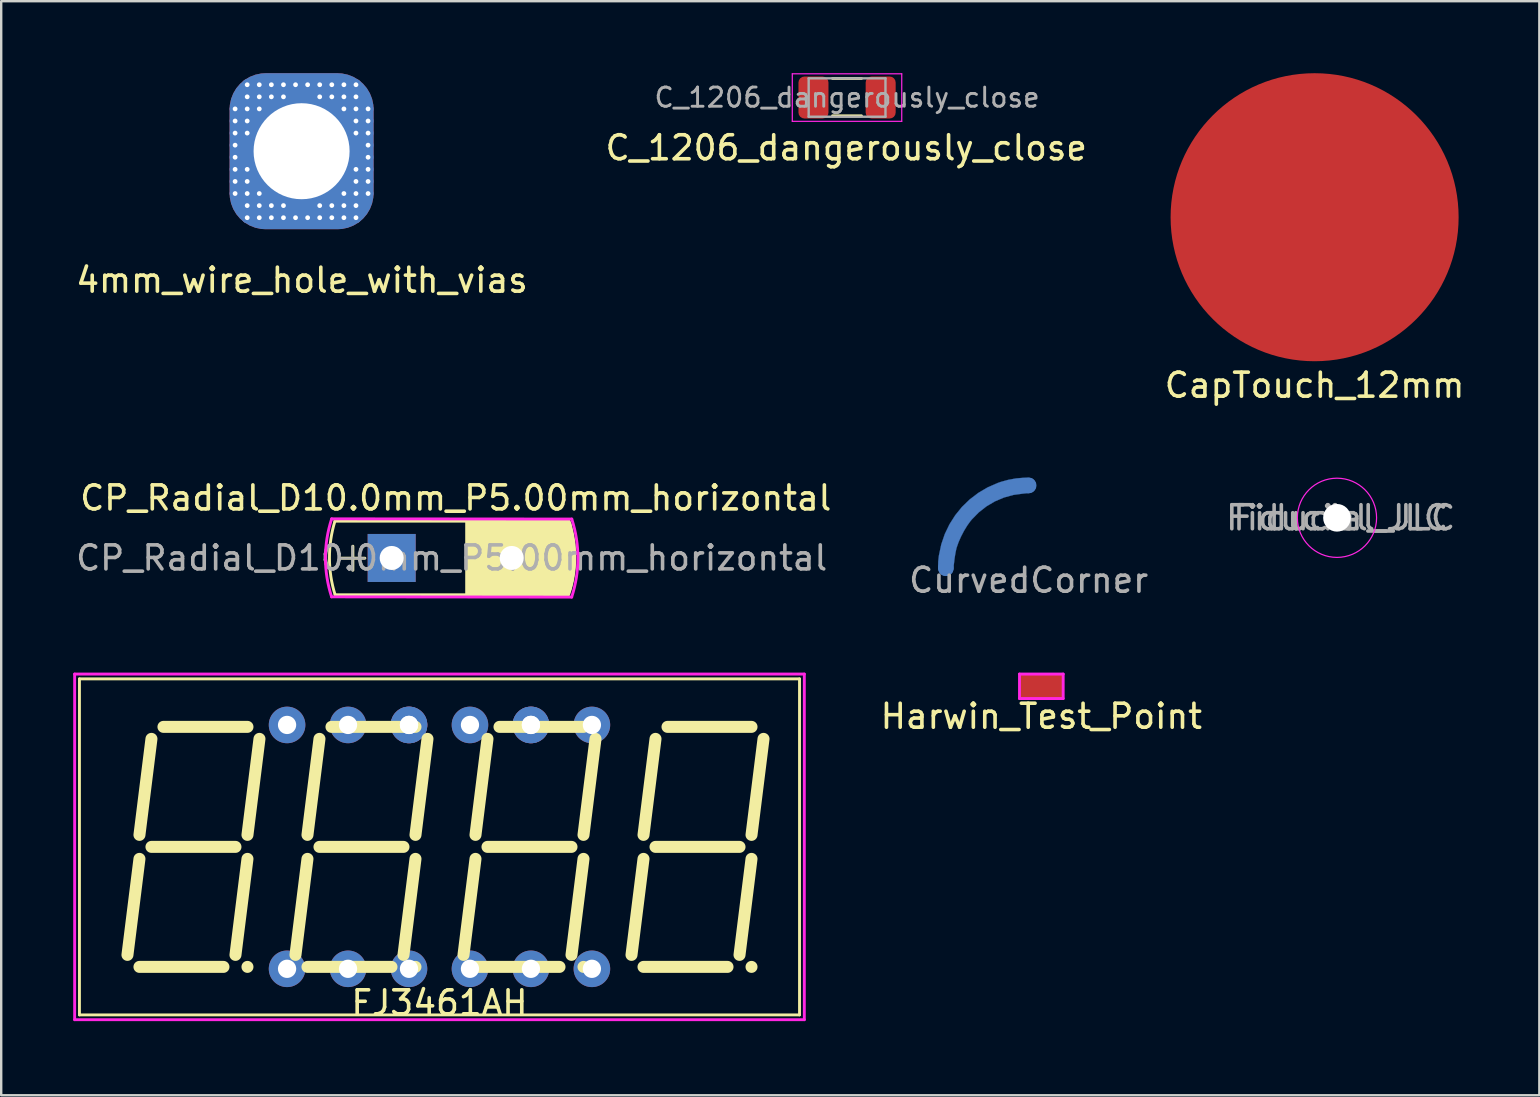
<source format=kicad_pcb>
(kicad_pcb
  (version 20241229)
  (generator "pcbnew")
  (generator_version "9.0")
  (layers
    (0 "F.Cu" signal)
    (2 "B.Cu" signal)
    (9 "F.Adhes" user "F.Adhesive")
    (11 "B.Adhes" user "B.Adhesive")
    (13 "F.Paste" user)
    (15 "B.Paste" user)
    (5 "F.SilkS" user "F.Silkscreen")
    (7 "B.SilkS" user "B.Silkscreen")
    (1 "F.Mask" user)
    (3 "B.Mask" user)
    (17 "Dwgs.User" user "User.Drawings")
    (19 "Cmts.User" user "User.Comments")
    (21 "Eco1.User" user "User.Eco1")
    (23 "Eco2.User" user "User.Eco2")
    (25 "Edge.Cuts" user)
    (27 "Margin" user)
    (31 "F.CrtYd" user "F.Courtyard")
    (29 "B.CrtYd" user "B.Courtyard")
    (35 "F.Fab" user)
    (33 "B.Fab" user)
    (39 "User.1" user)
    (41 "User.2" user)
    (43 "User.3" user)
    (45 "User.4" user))
  (footprint "FJ3461AH"
    (layer "F.Cu")
    (at 15.26 32.233)
    (property "Reference" "FJ3461AH" (at 0 6.5 0) (layer "F.SilkS") (effects (font (size 1 1) (thickness 0.15))))
    (attr through_hole)
    (fp_line (start -15 -7) (end -15 7) (stroke (width 0.12) (type solid)) (layer "F.SilkS"))
    (fp_line (start -15 -7) (end 15 -7) (stroke (width 0.12) (type solid)) (layer "F.SilkS"))
    (fp_line (start -15 7) (end 15 7) (stroke (width 0.12) (type solid)) (layer "F.SilkS"))
    (fp_line (start -12.5 0.5) (end -13 4.5) (stroke (width 0.5) (type solid)) (layer "F.SilkS"))
    (fp_line (start -12.5 5) (end -9 5) (stroke (width 0.5) (type solid)) (layer "F.SilkS"))
    (fp_line (start -12 -4.5) (end -12.5 -0.5) (stroke (width 0.5) (type solid)) (layer "F.SilkS"))
    (fp_line (start -12 0) (end -8.5 0) (stroke (width 0.5) (type solid)) (layer "F.SilkS"))
    (fp_line (start -11.5 -5) (end -8 -5) (stroke (width 0.5) (type solid)) (layer "F.SilkS"))
    (fp_line (start -8 0.5) (end -8.5 4.5) (stroke (width 0.5) (type solid)) (layer "F.SilkS"))
    (fp_line (start -8 5) (end -8 5) (stroke (width 0.5) (type solid)) (layer "F.SilkS"))
    (fp_line (start -7.5 -4.5) (end -8 -0.5) (stroke (width 0.5) (type solid)) (layer "F.SilkS"))
    (fp_line (start -5.5 0.5) (end -6 4.5) (stroke (width 0.5) (type solid)) (layer "F.SilkS"))
    (fp_line (start -5.5 5) (end -2 5) (stroke (width 0.5) (type solid)) (layer "F.SilkS"))
    (fp_line (start -5 -4.5) (end -5.5 -0.5) (stroke (width 0.5) (type solid)) (layer "F.SilkS"))
    (fp_line (start -5 0) (end -1.5 0) (stroke (width 0.5) (type solid)) (layer "F.SilkS"))
    (fp_line (start -4.5 -5) (end -1 -5) (stroke (width 0.5) (type solid)) (layer "F.SilkS"))
    (fp_line (start -1 0.5) (end -1.5 4.5) (stroke (width 0.5) (type solid)) (layer "F.SilkS"))
    (fp_line (start -1 5) (end -1 5) (stroke (width 0.5) (type solid)) (layer "F.SilkS"))
    (fp_line (start -0.5 -4.5) (end -1 -0.5) (stroke (width 0.5) (type solid)) (layer "F.SilkS"))
    (fp_line (start 1.5 0.5) (end 1 4.5) (stroke (width 0.5) (type solid)) (layer "F.SilkS"))
    (fp_line (start 1.5 5) (end 5 5) (stroke (width 0.5) (type solid)) (layer "F.SilkS"))
    (fp_line (start 2 -4.5) (end 1.5 -0.5) (stroke (width 0.5) (type solid)) (layer "F.SilkS"))
    (fp_line (start 2 0) (end 5.5 0) (stroke (width 0.5) (type solid)) (layer "F.SilkS"))
    (fp_line (start 2.5 -5) (end 6 -5) (stroke (width 0.5) (type solid)) (layer "F.SilkS"))
    (fp_line (start 6 0.5) (end 5.5 4.5) (stroke (width 0.5) (type solid)) (layer "F.SilkS"))
    (fp_line (start 6 5) (end 6 5) (stroke (width 0.5) (type solid)) (layer "F.SilkS"))
    (fp_line (start 6.5 -4.5) (end 6 -0.5) (stroke (width 0.5) (type solid)) (layer "F.SilkS"))
    (fp_line (start 8.5 0.5) (end 8 4.5) (stroke (width 0.5) (type solid)) (layer "F.SilkS"))
    (fp_line (start 8.5 5) (end 12 5) (stroke (width 0.5) (type solid)) (layer "F.SilkS"))
    (fp_line (start 9 -4.5) (end 8.5 -0.5) (stroke (width 0.5) (type solid)) (layer "F.SilkS"))
    (fp_line (start 9 0) (end 12.5 0) (stroke (width 0.5) (type solid)) (layer "F.SilkS"))
    (fp_line (start 9.5 -5) (end 13 -5) (stroke (width 0.5) (type solid)) (layer "F.SilkS"))
    (fp_line (start 13 0.5) (end 12.5 4.5) (stroke (width 0.5) (type solid)) (layer "F.SilkS"))
    (fp_line (start 13 5) (end 13 5) (stroke (width 0.5) (type solid)) (layer "F.SilkS"))
    (fp_line (start 13.5 -4.5) (end 13 -0.5) (stroke (width 0.5) (type solid)) (layer "F.SilkS"))
    (fp_line (start 15 -7) (end 15 7) (stroke (width 0.12) (type solid)) (layer "F.SilkS"))
    (fp_line (start -15.2 -7.2) (end -15.2 7.2) (stroke (width 0.12) (type solid)) (layer "F.CrtYd"))
    (fp_line (start -15.2 -7.2) (end 15.2 -7.2) (stroke (width 0.12) (type solid)) (layer "F.CrtYd"))
    (fp_line (start -15.2 7.2) (end 15.2 7.2) (stroke (width 0.12) (type solid)) (layer "F.CrtYd"))
    (fp_line (start 15.2 -7.2) (end 15.2 7.2) (stroke (width 0.12) (type solid)) (layer "F.CrtYd"))
    (pad "1" thru_hole circle (at -6.35 5.08) (size 1.524 1.524) (drill 0.762) (layers "*.Cu" "*.Mask"))
    (pad "2" thru_hole circle (at -3.81 5.08) (size 1.524 1.524) (drill 0.762) (layers "*.Cu" "*.Mask"))
    (pad "3" thru_hole circle (at -1.27 5.08) (size 1.524 1.524) (drill 0.762) (layers "*.Cu" "*.Mask"))
    (pad "4" thru_hole circle (at 1.27 5.08) (size 1.524 1.524) (drill 0.762) (layers "*.Cu" "*.Mask"))
    (pad "5" thru_hole circle (at 3.81 5.08) (size 1.524 1.524) (drill 0.762) (layers "*.Cu" "*.Mask"))
    (pad "6" thru_hole circle (at 6.35 5.08) (size 1.524 1.524) (drill 0.762) (layers "*.Cu" "*.Mask"))
    (pad "7" thru_hole circle (at 6.35 -5.08) (size 1.524 1.524) (drill 0.762) (layers "*.Cu" "*.Mask"))
    (pad "8" thru_hole circle (at 3.81 -5.08) (size 1.524 1.524) (drill 0.762) (layers "*.Cu" "*.Mask"))
    (pad "8" thru_hole circle (at 3.81 -5.08) (size 1.524 1.524) (drill 0.762) (layers "*.Cu" "*.Mask"))
    (pad "9" thru_hole circle (at 1.27 -5.08) (size 1.524 1.524) (drill 0.762) (layers "*.Cu" "*.Mask"))
    (pad "10" thru_hole circle (at -1.27 -5.08) (size 1.524 1.524) (drill 0.762) (layers "*.Cu" "*.Mask"))
    (pad "10" thru_hole circle (at -1.27 -5.08) (size 1.524 1.524) (drill 0.762) (layers "*.Cu" "*.Mask"))
    (pad "11" thru_hole circle (at -3.81 -5.08) (size 1.524 1.524) (drill 0.762) (layers "*.Cu" "*.Mask"))
    (pad "12" thru_hole circle (at -6.35 -5.08) (size 1.524 1.524) (drill 0.762) (layers "*.Cu" "*.Mask")))
  (footprint "CapTouch_12mm"
    (layer "F.Cu")
    (at 51.72 6)
    (property "Reference" "CapTouch_12mm" (at 0 7 0) (layer "F.SilkS") (effects (font (size 1 1) (thickness 0.15))))
    (attr through_hole)
    (pad "1" connect circle (at 0 0) (size 12 12) (layers "F.Cu")))
  (footprint "Fiducial_JLC"
    (layer "F.Cu")
    (at 52.652 18.523)
    (property "Reference" "Fiducial_JLC" (at 0 0 0) (layer "F.Fab") (effects (font (size 1 1) (thickness 0.15))))
    (attr exclude_from_pos_files exclude_from_bom)
    (fp_circle (center 0 0) (end 1.65 0) (stroke (width 0.05) (type solid)) (fill no) (layer "F.CrtYd"))
    (fp_text user "${REFERENCE}" (at 0.3 0 0) (layer "F.Fab") (effects (font (size 1 1) (thickness 0.15))))
    (pad "" np_thru_hole circle (at 0 0) (size 1.152 1.152) (drill 1.152) (layers "*.Cu"))
    (pad "" smd circle (at 0 0) (size 1.3 1.3) (layers "*.Mask")))
  (footprint "Harwin_Test_Point"
    (layer "F.Cu")
    (at 40.335 25.543)
    (property "Reference" "Harwin_Test_Point" (at 0 1.25 0) (layer "F.SilkS") (effects (font (size 1 1) (thickness 0.15))))
    (attr through_hole)
    (fp_line (start -0.91 -0.51) (end 0.91 -0.51) (stroke (width 0.12) (type solid)) (layer "F.CrtYd"))
    (fp_line (start -0.91 0.51) (end -0.91 -0.51) (stroke (width 0.12) (type solid)) (layer "F.CrtYd"))
    (fp_line (start 0.91 -0.51) (end 0.91 0.51) (stroke (width 0.12) (type solid)) (layer "F.CrtYd"))
    (fp_line (start 0.91 0.51) (end -0.91 0.51) (stroke (width 0.12) (type solid)) (layer "F.CrtYd"))
    (pad "1" connect rect (at 0 0) (size 1.8 1) (layers "F.Cu" "F.Mask")))
  (footprint "C_1206_dangerously_close"
    (layer "F.Cu")
    (at 32.241 1.013)
    (property "Reference" "C_1206_dangerously_close" (at -0.033 2.095 0) (layer "F.SilkS") (effects (font (size 1 1) (thickness 0.15))))
    (attr smd)
    (fp_line (start -0.605 -0.795) (end 0.6 -0.795) (stroke (width 0.12) (type solid)) (layer "F.SilkS"))
    (fp_line (start -0.605 0.762) (end 0.6 0.762) (stroke (width 0.12) (type solid)) (layer "F.SilkS"))
    (fp_line (start -2.282 -0.988) (end 2.278 -0.988) (stroke (width 0.05) (type solid)) (layer "F.CrtYd"))
    (fp_line (start -2.282 0.993) (end -2.282 -0.988) (stroke (width 0.05) (type solid)) (layer "F.CrtYd"))
    (fp_line (start 2.278 -0.988) (end 2.278 0.993) (stroke (width 0.05) (type solid)) (layer "F.CrtYd"))
    (fp_line (start 2.278 0.993) (end -2.282 0.993) (stroke (width 0.05) (type solid)) (layer "F.CrtYd"))
    (fp_line (start -1.6 -0.8) (end 1.6 -0.8) (stroke (width 0.1) (type solid)) (layer "F.Fab"))
    (fp_line (start -1.6 0.8) (end -1.6 -0.8) (stroke (width 0.1) (type solid)) (layer "F.Fab"))
    (fp_line (start 1.6 -0.8) (end 1.6 0.8) (stroke (width 0.1) (type solid)) (layer "F.Fab"))
    (fp_line (start 1.6 0.8) (end -1.6 0.8) (stroke (width 0.1) (type solid)) (layer "F.Fab"))
    (fp_text user "${REFERENCE}" (at 0 0 0) (layer "F.Fab") (effects (font (size 0.8 0.8) (thickness 0.12))))
    (pad "1" smd roundrect (at -1.4 0) (size 1.25 1.75) (layers "F.Cu" "F.Mask" "F.Paste") (roundrect_rratio 0.2))
    (pad "2" smd roundrect (at 1.4 0) (size 1.25 1.75) (layers "F.Cu" "F.Mask" "F.Paste") (roundrect_rratio 0.2)))
  (footprint "4mm_wire_hole_with_vias"
    (layer "F.Cu")
    (at 9.515 3.25)
    (property "Reference" "4mm_wire_hole_with_vias" (at 0.015 5.375 0) (layer "F.SilkS") (effects (font (size 1 1) (thickness 0.15))))
    (attr through_hole)
    (pad "1" thru_hole circle (at -2.77 -1.763) (size 0.45 0.45) (drill 0.2) (layers "*.Cu" "*.Mask"))
    (pad "1" thru_hole circle (at -2.77 -1.259) (size 0.45 0.45) (drill 0.2) (layers "*.Cu" "*.Mask"))
    (pad "1" thru_hole circle (at -2.77 -0.755) (size 0.45 0.45) (drill 0.2) (layers "*.Cu" "*.Mask"))
    (pad "1" thru_hole circle (at -2.77 -0.252) (size 0.45 0.45) (drill 0.2) (layers "*.Cu" "*.Mask"))
    (pad "1" thru_hole circle (at -2.77 0.252) (size 0.45 0.45) (drill 0.2) (layers "*.Cu" "*.Mask"))
    (pad "1" thru_hole circle (at -2.77 0.755) (size 0.45 0.45) (drill 0.2) (layers "*.Cu" "*.Mask"))
    (pad "1" thru_hole circle (at -2.77 1.259) (size 0.45 0.45) (drill 0.2) (layers "*.Cu" "*.Mask"))
    (pad "1" thru_hole circle (at -2.77 1.763) (size 0.45 0.45) (drill 0.2) (layers "*.Cu" "*.Mask"))
    (pad "1" thru_hole circle (at -2.266 -2.77) (size 0.45 0.45) (drill 0.2) (layers "*.Cu" "*.Mask"))
    (pad "1" thru_hole circle (at -2.266 -2.266) (size 0.45 0.45) (drill 0.2) (layers "*.Cu" "*.Mask"))
    (pad "1" thru_hole circle (at -2.266 -1.763) (size 0.45 0.45) (drill 0.2) (layers "*.Cu" "*.Mask"))
    (pad "1" thru_hole circle (at -2.266 -1.259) (size 0.45 0.45) (drill 0.2) (layers "*.Cu" "*.Mask"))
    (pad "1" thru_hole circle (at -2.266 -0.755) (size 0.45 0.45) (drill 0.2) (layers "*.Cu" "*.Mask"))
    (pad "1" thru_hole circle (at -2.266 0.755) (size 0.45 0.45) (drill 0.2) (layers "*.Cu" "*.Mask"))
    (pad "1" thru_hole circle (at -2.266 1.259) (size 0.45 0.45) (drill 0.2) (layers "*.Cu" "*.Mask"))
    (pad "1" thru_hole circle (at -2.266 1.763) (size 0.45 0.45) (drill 0.2) (layers "*.Cu" "*.Mask"))
    (pad "1" thru_hole circle (at -2.266 2.266) (size 0.45 0.45) (drill 0.2) (layers "*.Cu" "*.Mask"))
    (pad "1" thru_hole circle (at -2.266 2.77) (size 0.45 0.45) (drill 0.2) (layers "*.Cu" "*.Mask"))
    (pad "1" thru_hole circle (at -1.763 -2.77) (size 0.45 0.45) (drill 0.2) (layers "*.Cu" "*.Mask"))
    (pad "1" thru_hole circle (at -1.763 -2.266) (size 0.45 0.45) (drill 0.2) (layers "*.Cu" "*.Mask"))
    (pad "1" thru_hole circle (at -1.763 -1.763) (size 0.45 0.45) (drill 0.2) (layers "*.Cu" "*.Mask"))
    (pad "1" thru_hole circle (at -1.763 1.763) (size 0.45 0.45) (drill 0.2) (layers "*.Cu" "*.Mask"))
    (pad "1" thru_hole circle (at -1.763 2.266) (size 0.45 0.45) (drill 0.2) (layers "*.Cu" "*.Mask"))
    (pad "1" thru_hole circle (at -1.763 2.77) (size 0.45 0.45) (drill 0.2) (layers "*.Cu" "*.Mask"))
    (pad "1" thru_hole circle (at -1.259 -2.77) (size 0.45 0.45) (drill 0.2) (layers "*.Cu" "*.Mask"))
    (pad "1" thru_hole circle (at -1.259 -2.266) (size 0.45 0.45) (drill 0.2) (layers "*.Cu" "*.Mask"))
    (pad "1" thru_hole circle (at -1.259 2.266) (size 0.45 0.45) (drill 0.2) (layers "*.Cu" "*.Mask"))
    (pad "1" thru_hole circle (at -1.259 2.77) (size 0.45 0.45) (drill 0.2) (layers "*.Cu" "*.Mask"))
    (pad "1" thru_hole circle (at -0.755 -2.77) (size 0.45 0.45) (drill 0.2) (layers "*.Cu" "*.Mask"))
    (pad "1" thru_hole circle (at -0.755 -2.266) (size 0.45 0.45) (drill 0.2) (layers "*.Cu" "*.Mask"))
    (pad "1" thru_hole circle (at -0.755 2.266) (size 0.45 0.45) (drill 0.2) (layers "*.Cu" "*.Mask"))
    (pad "1" thru_hole circle (at -0.755 2.77) (size 0.45 0.45) (drill 0.2) (layers "*.Cu" "*.Mask"))
    (pad "1" thru_hole circle (at -0.252 -2.77) (size 0.45 0.45) (drill 0.2) (layers "*.Cu" "*.Mask"))
    (pad "1" thru_hole circle (at -0.252 2.77) (size 0.45 0.45) (drill 0.2) (layers "*.Cu" "*.Mask"))
    (pad "1" thru_hole roundrect (at 0 0) (size 6 6.5) (drill 4) (layers "*.Cu" "*.Mask") (roundrect_rratio 0.25))
    (pad "1" thru_hole circle (at 0.252 -2.77) (size 0.45 0.45) (drill 0.2) (layers "*.Cu" "*.Mask"))
    (pad "1" thru_hole circle (at 0.252 2.77) (size 0.45 0.45) (drill 0.2) (layers "*.Cu" "*.Mask"))
    (pad "1" thru_hole circle (at 0.755 -2.77) (size 0.45 0.45) (drill 0.2) (layers "*.Cu" "*.Mask"))
    (pad "1" thru_hole circle (at 0.755 -2.266) (size 0.45 0.45) (drill 0.2) (layers "*.Cu" "*.Mask"))
    (pad "1" thru_hole circle (at 0.755 2.266) (size 0.45 0.45) (drill 0.2) (layers "*.Cu" "*.Mask"))
    (pad "1" thru_hole circle (at 0.755 2.77) (size 0.45 0.45) (drill 0.2) (layers "*.Cu" "*.Mask"))
    (pad "1" thru_hole circle (at 1.259 -2.77) (size 0.45 0.45) (drill 0.2) (layers "*.Cu" "*.Mask"))
    (pad "1" thru_hole circle (at 1.259 -2.266) (size 0.45 0.45) (drill 0.2) (layers "*.Cu" "*.Mask"))
    (pad "1" thru_hole circle (at 1.259 2.266) (size 0.45 0.45) (drill 0.2) (layers "*.Cu" "*.Mask"))
    (pad "1" thru_hole circle (at 1.259 2.77) (size 0.45 0.45) (drill 0.2) (layers "*.Cu" "*.Mask"))
    (pad "1" thru_hole circle (at 1.763 -2.77) (size 0.45 0.45) (drill 0.2) (layers "*.Cu" "*.Mask"))
    (pad "1" thru_hole circle (at 1.763 -2.266) (size 0.45 0.45) (drill 0.2) (layers "*.Cu" "*.Mask"))
    (pad "1" thru_hole circle (at 1.763 -1.763) (size 0.45 0.45) (drill 0.2) (layers "*.Cu" "*.Mask"))
    (pad "1" thru_hole circle (at 1.763 1.763) (size 0.45 0.45) (drill 0.2) (layers "*.Cu" "*.Mask"))
    (pad "1" thru_hole circle (at 1.763 2.266) (size 0.45 0.45) (drill 0.2) (layers "*.Cu" "*.Mask"))
    (pad "1" thru_hole circle (at 1.763 2.77) (size 0.45 0.45) (drill 0.2) (layers "*.Cu" "*.Mask"))
    (pad "1" thru_hole circle (at 2.266 -2.77) (size 0.45 0.45) (drill 0.2) (layers "*.Cu" "*.Mask"))
    (pad "1" thru_hole circle (at 2.266 -2.266) (size 0.45 0.45) (drill 0.2) (layers "*.Cu" "*.Mask"))
    (pad "1" thru_hole circle (at 2.266 -1.763) (size 0.45 0.45) (drill 0.2) (layers "*.Cu" "*.Mask"))
    (pad "1" thru_hole circle (at 2.266 -1.259) (size 0.45 0.45) (drill 0.2) (layers "*.Cu" "*.Mask"))
    (pad "1" thru_hole circle (at 2.266 -0.755) (size 0.45 0.45) (drill 0.2) (layers "*.Cu" "*.Mask"))
    (pad "1" thru_hole circle (at 2.266 0.755) (size 0.45 0.45) (drill 0.2) (layers "*.Cu" "*.Mask"))
    (pad "1" thru_hole circle (at 2.266 1.259) (size 0.45 0.45) (drill 0.2) (layers "*.Cu" "*.Mask"))
    (pad "1" thru_hole circle (at 2.266 1.763) (size 0.45 0.45) (drill 0.2) (layers "*.Cu" "*.Mask"))
    (pad "1" thru_hole circle (at 2.266 2.266) (size 0.45 0.45) (drill 0.2) (layers "*.Cu" "*.Mask"))
    (pad "1" thru_hole circle (at 2.266 2.77) (size 0.45 0.45) (drill 0.2) (layers "*.Cu" "*.Mask"))
    (pad "1" thru_hole circle (at 2.77 -1.763) (size 0.45 0.45) (drill 0.2) (layers "*.Cu" "*.Mask"))
    (pad "1" thru_hole circle (at 2.77 -1.259) (size 0.45 0.45) (drill 0.2) (layers "*.Cu" "*.Mask"))
    (pad "1" thru_hole circle (at 2.77 -0.755) (size 0.45 0.45) (drill 0.2) (layers "*.Cu" "*.Mask"))
    (pad "1" thru_hole circle (at 2.77 -0.252) (size 0.45 0.45) (drill 0.2) (layers "*.Cu" "*.Mask"))
    (pad "1" thru_hole circle (at 2.77 0.252) (size 0.45 0.45) (drill 0.2) (layers "*.Cu" "*.Mask"))
    (pad "1" thru_hole circle (at 2.77 0.755) (size 0.45 0.45) (drill 0.2) (layers "*.Cu" "*.Mask"))
    (pad "1" thru_hole circle (at 2.77 1.259) (size 0.45 0.45) (drill 0.2) (layers "*.Cu" "*.Mask"))
    (pad "1" thru_hole circle (at 2.77 1.763) (size 0.45 0.45) (drill 0.2) (layers "*.Cu" "*.Mask")))
  (footprint "CurvedCorner"
    (layer "F.Cu")
    (at 39.806 20.625)
    (property "Reference" "CurvedCorner" (at 0 0.5 0) (layer "F.Fab") (effects (font (size 1 1) (thickness 0.15))))
    (attr through_hole)
    (fp_poly (pts (xy -3.561 0.295) (xy -3.64 0.254) (xy -3.696 0.193) (xy -3.716 0.16) (xy -3.769 0.023) (xy -3.772 -0.091) (xy -3.767 -0.287) (xy -3.74 -0.522) (xy -3.736 -0.545) (xy -3.64 -0.997) (xy -3.493 -1.427) (xy -3.298 -1.832) (xy -3.058 -2.21) (xy -2.777 -2.556) (xy -2.457 -2.866) (xy -2.1 -3.138) (xy -1.711 -3.368) (xy -1.292 -3.552) (xy -1.151 -3.601) (xy -0.845 -3.685) (xy -0.526 -3.743) (xy -0.219 -3.769) (xy -0.117 -3.772) (xy 0.004 -3.769) (xy 0.081 -3.759) (xy 0.137 -3.739) (xy 0.168 -3.719) (xy 0.213 -3.678) (xy 0.229 -3.658) (xy 0.29 -3.556) (xy 0.305 -3.444) (xy 0.274 -3.327) (xy 0.259 -3.287) (xy 0.218 -3.231) (xy 0.163 -3.18) (xy 0.02 -3.132) (xy -0.051 -3.129) (xy -0.219 -3.111) (xy -0.224 -3.111) (xy -0.631 -3.056) (xy -1.025 -2.948) (xy -1.401 -2.789) (xy -1.753 -2.582) (xy -2.076 -2.33) (xy -2.366 -2.034) (xy -2.428 -1.96) (xy -2.561 -1.775) (xy -2.694 -1.556) (xy -2.817 -1.32) (xy -2.92 -1.086) (xy -2.997 -0.869) (xy -3.012 -0.812) (xy -3.039 -0.688) (xy -3.067 -0.53) (xy -3.092 -0.36) (xy -3.107 -0.232) (xy -3.127 -0.058) (xy -3.132 0.028) (xy -3.173 0.158) (xy -3.216 0.213) (xy -3.261 0.246) (xy -3.312 0.279) (xy -3.419 0.305) (xy -3.536 0.3)) (stroke (width 0.01) (type solid)) (fill yes) (layer "B.Cu"))
    (pad "1" connect circle (at -3.45 0) (size 0.65 0.65) (layers "B.Cu"))
    (pad "1" connect circle (at 0 -3.45) (size 0.65 0.65) (layers "B.Cu")))
  (footprint "CP_Radial_D10.0mm_P5.00mm_horizontal"
    (layer "F.Cu")
    (at 13.268 20.196)
    (property "Reference" "CP_Radial_D10.0mm_P5.00mm_horizontal" (at 2.67 -2.499 0) (layer "F.SilkS") (effects (font (size 1 1) (thickness 0.15))))
    (attr through_hole)
    (fp_line (start -2.365 -1.532) (end 7.366 -1.532) (stroke (width 0.12) (type solid)) (layer "F.SilkS"))
    (fp_line (start -2.357 1.534) (end 7.363 1.534) (stroke (width 0.12) (type solid)) (layer "F.SilkS"))
    (fp_line (start -2.116 0.01) (end -1.116 0.01) (stroke (width 0.12) (type solid)) (layer "F.SilkS"))
    (fp_line (start -1.616 -0.49) (end -1.616 0.51) (stroke (width 0.12) (type solid)) (layer "F.SilkS"))
    (fp_arc (start -2.360027 1.526653) (mid -2.591812 -0.00213) (end -2.36474 -1.53162) (stroke (width 0.12) (type solid)) (layer "F.SilkS"))
    (fp_arc (start 7.393674 -1.518835) (mid 7.62734 0.000171) (end 7.376159 1.516379) (stroke (width 0.12) (type solid)) (layer "F.SilkS"))
    (fp_poly (pts (xy 7.386 -1.519) (xy 7.442 -1.412) (xy 7.48 -1.219) (xy 7.544 -0.927) (xy 7.6 -0.574) (xy 7.623 -0.13) (xy 7.62 0.246) (xy 7.592 0.546) (xy 7.531 0.935) (xy 7.445 1.285) (xy 7.356 1.496) (xy 3.114 1.496) (xy 3.114 -1.524)) (stroke (width 0.1) (type solid)) (fill yes) (layer "F.SilkS"))
    (fp_line (start 7.5 1.631) (end -2.503 1.62) (stroke (width 0.12) (type solid)) (layer "F.CrtYd"))
    (fp_line (start 7.504 -1.621) (end -2.5 -1.63) (stroke (width 0.12) (type solid)) (layer "F.CrtYd"))
    (fp_arc (start -2.503175 1.620229) (mid -2.75898 -0.005137) (end -2.5 -1.63) (stroke (width 0.12) (type solid)) (layer "F.CrtYd"))
    (fp_arc (start 7.503611 -1.620925) (mid 7.759307 0.005163) (end 7.5 1.63068) (stroke (width 0.12) (type solid)) (layer "F.CrtYd"))
    (fp_line (start -2.134 0.017) (end -1.134 0.017) (stroke (width 0.1) (type solid)) (layer "F.Fab"))
    (fp_line (start -1.634 -0.483) (end -1.634 0.517) (stroke (width 0.1) (type solid)) (layer "F.Fab"))
    (fp_text user "${REFERENCE}" (at 2.5 0 0) (layer "F.Fab") (effects (font (size 1 1) (thickness 0.15))))
    (pad "1" thru_hole rect (at 0 0) (size 2 2) (drill 1) (layers "*.Cu" "*.Mask"))
    (pad "2" thru_hole circle (at 5 0) (size 2 2) (drill 1) (layers "*.Cu" "*.Mask")))
  (gr_rect
    (start -3 -3)
    (end 61.083 42.582)
    (stroke (width 0.1) (type default))
    (fill no)
    (layer "Edge.Cuts")))
</source>
